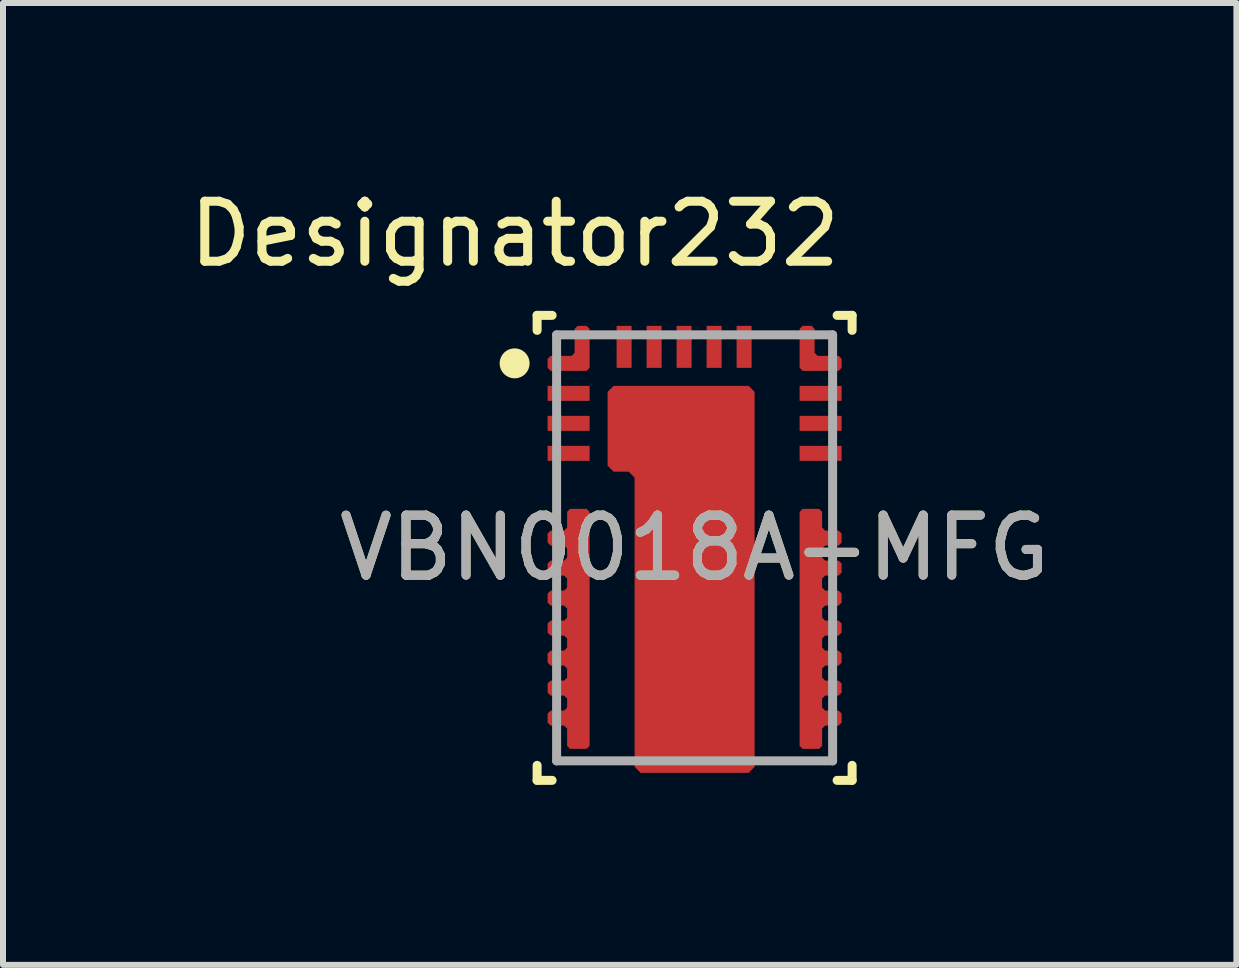
<source format=kicad_pcb>
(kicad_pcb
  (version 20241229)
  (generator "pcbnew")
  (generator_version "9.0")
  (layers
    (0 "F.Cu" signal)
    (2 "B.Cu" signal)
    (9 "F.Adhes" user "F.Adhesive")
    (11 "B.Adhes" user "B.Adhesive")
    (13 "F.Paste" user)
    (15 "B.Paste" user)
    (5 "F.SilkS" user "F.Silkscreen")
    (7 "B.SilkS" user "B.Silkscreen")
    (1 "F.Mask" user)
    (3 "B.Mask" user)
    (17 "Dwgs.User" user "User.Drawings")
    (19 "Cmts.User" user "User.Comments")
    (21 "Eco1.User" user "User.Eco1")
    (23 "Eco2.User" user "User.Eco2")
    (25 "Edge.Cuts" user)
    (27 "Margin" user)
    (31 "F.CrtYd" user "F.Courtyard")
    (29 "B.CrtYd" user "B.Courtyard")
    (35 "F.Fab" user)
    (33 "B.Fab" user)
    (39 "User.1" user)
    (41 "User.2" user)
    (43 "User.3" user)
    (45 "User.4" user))
  (footprint "VBN0018A-MFG"
    (layer "F.Cu")
    (at 8.527 6.081)
    (property "Reference" "VBN0018A-MFG" (at 0 0 0) (unlocked yes) (layer "F.SilkS") (effects (font (size 1 1) (thickness 0.15))))
    (attr smd)
    (fp_poly (pts (xy -2.4 -2.95) (xy -2.45 -3) (xy -2.45 -3.15) (xy -2.4 -3.2) (xy -2.05 -3.2) (xy -2 -3.25) (xy -2 -3.65) (xy -1.95 -3.7) (xy -1.8 -3.7) (xy -1.75 -3.65) (xy -1.75 -3) (xy -1.8 -2.95)) (stroke (width 0) (type solid)) (fill yes) (layer "F.Cu"))
    (fp_poly (pts (xy -1.45 -2.6) (xy -1.35 -2.7) (xy 0.9 -2.7) (xy 1 -2.6) (xy 1 3.65) (xy 0.9 3.75) (xy -0.9 3.75) (xy -1 3.65) (xy -1 -1.17) (xy -1.1 -1.27) (xy -1.35 -1.27) (xy -1.45 -1.37)) (stroke (width 0) (type solid)) (fill yes) (layer "F.Cu"))
    (fp_poly (pts (xy 2.4 -2.95) (xy 2.45 -3) (xy 2.45 -3.15) (xy 2.4 -3.2) (xy 2.05 -3.2) (xy 2 -3.25) (xy 2 -3.65) (xy 1.95 -3.7) (xy 1.8 -3.7) (xy 1.75 -3.65) (xy 1.75 -3) (xy 1.8 -2.95)) (stroke (width 0) (type solid)) (fill yes) (layer "F.Cu"))
    (fp_poly (pts (xy -0.55 3.65) (xy -0.6 3.7) (xy -0.75 3.7) (xy -0.8 3.65) (xy -0.8 3.425) (xy -0.85 3.375) (xy -0.9 3.375) (xy -0.95 3.325) (xy -0.95 1.406) (xy -0.9 1.356) (xy 0.9 1.356) (xy 0.95 1.406) (xy 0.95 3.325) (xy 0.9 3.375) (xy 0.5 3.375) (xy 0.45 3.425) (xy 0.45 3.65) (xy 0.4 3.7) (xy 0.25 3.7) (xy 0.2 3.65) (xy 0.2 3.425) (xy 0.15 3.375) (xy 0.000003 3.375) (xy -0.05 3.425) (xy -0.05 3.65) (xy -0.1 3.7) (xy -0.25 3.7) (xy -0.3 3.65) (xy -0.3 3.425) (xy -0.35 3.375) (xy -0.5 3.375) (xy -0.55 3.425)) (stroke (width 0) (type solid)) (fill yes) (layer "F.Cu"))
    (fp_poly (pts (xy -2.075 -0.65) (xy -2.125 -0.6) (xy -2.125 -0.338) (xy -2.175 -0.288) (xy -2.4 -0.288) (xy -2.45 -0.238) (xy -2.45 -0.088) (xy -2.4 -0.038) (xy -2.175 -0.038) (xy -2.125 0.012) (xy -2.125 0.162) (xy -2.175 0.212) (xy -2.4 0.212) (xy -2.45 0.262) (xy -2.45 0.412) (xy -2.4 0.462) (xy -2.175 0.462) (xy -2.125 0.512) (xy -2.125 0.662) (xy -2.175 0.712) (xy -2.4 0.712) (xy -2.45 0.762) (xy -2.45 0.912) (xy -2.4 0.962) (xy -2.175 0.962) (xy -2.125 1.012) (xy -2.125 1.162) (xy -2.175 1.212) (xy -2.4 1.212) (xy -2.45 1.262) (xy -2.45 1.412) (xy -2.4 1.462) (xy -2.175 1.462) (xy -2.125 1.512) (xy -2.125 1.662) (xy -2.175 1.712) (xy -2.4 1.712) (xy -2.45 1.762) (xy -2.45 1.912) (xy -2.4 1.962) (xy -2.175 1.962) (xy -2.125 2.012) (xy -2.125 2.162) (xy -2.175 2.212) (xy -2.4 2.212) (xy -2.45 2.262) (xy -2.45 2.412) (xy -2.4 2.462) (xy -2.175 2.462) (xy -2.125 2.512) (xy -2.125 2.662) (xy -2.175 2.712) (xy -2.4 2.712) (xy -2.45 2.762) (xy -2.45 2.912) (xy -2.4 2.962) (xy -2.175 2.962) (xy -2.125 3.012) (xy -2.125 3.3) (xy -2.075 3.35) (xy -1.8 3.35) (xy -1.75 3.3) (xy -1.75 -0.6) (xy -1.8 -0.65)) (stroke (width 0) (type solid)) (fill yes) (layer "F.Cu"))
    (fp_poly (pts (xy 2.075 -0.65) (xy 2.125 -0.6) (xy 2.125 -0.338) (xy 2.175 -0.288) (xy 2.4 -0.288) (xy 2.45 -0.238) (xy 2.45 -0.088) (xy 2.4 -0.038) (xy 2.175 -0.038) (xy 2.125 0.012) (xy 2.125 0.162) (xy 2.175 0.212) (xy 2.4 0.212) (xy 2.45 0.262) (xy 2.45 0.412) (xy 2.4 0.462) (xy 2.175 0.462) (xy 2.125 0.512) (xy 2.125 0.662) (xy 2.175 0.712) (xy 2.4 0.712) (xy 2.45 0.762) (xy 2.45 0.912) (xy 2.4 0.962) (xy 2.175 0.962) (xy 2.125 1.012) (xy 2.125 1.162) (xy 2.175 1.212) (xy 2.4 1.212) (xy 2.45 1.262) (xy 2.45 1.412) (xy 2.4 1.462) (xy 2.175 1.462) (xy 2.125 1.512) (xy 2.125 1.662) (xy 2.175 1.712) (xy 2.4 1.712) (xy 2.45 1.762) (xy 2.45 1.912) (xy 2.4 1.962) (xy 2.175 1.962) (xy 2.125 2.012) (xy 2.125 2.162) (xy 2.175 2.212) (xy 2.4 2.212) (xy 2.45 2.262) (xy 2.45 2.412) (xy 2.4 2.462) (xy 2.175 2.462) (xy 2.125 2.512) (xy 2.125 2.662) (xy 2.175 2.712) (xy 2.4 2.712) (xy 2.45 2.762) (xy 2.45 2.912) (xy 2.4 2.962) (xy 2.175 2.962) (xy 2.125 3.012) (xy 2.125 3.3) (xy 2.075 3.35) (xy 1.8 3.35) (xy 1.75 3.3) (xy 1.75 -0.6) (xy 1.8 -0.65)) (stroke (width 0) (type solid)) (fill yes) (layer "F.Cu"))
    (fp_poly (pts (xy -2.4 -2.95) (xy -2.45 -3) (xy -2.45 -3.15) (xy -2.4 -3.2) (xy -2.05 -3.2) (xy -2 -3.25) (xy -2 -3.65) (xy -1.95 -3.7) (xy -1.8 -3.7) (xy -1.75 -3.65) (xy -1.75 -3) (xy -1.8 -2.95)) (stroke (width 0) (type solid)) (fill yes) (layer "F.Mask"))
    (fp_poly (pts (xy 2.4 -2.95) (xy 1.8 -2.95) (xy 1.75 -3) (xy 1.75 -3.65) (xy 1.8 -3.7) (xy 1.95 -3.7) (xy 2 -3.65) (xy 2 -3.25) (xy 2.05 -3.2) (xy 2.4 -3.2) (xy 2.45 -3.15) (xy 2.45 -3)) (stroke (width 0) (type solid)) (fill yes) (layer "F.Mask"))
    (fp_poly (pts (xy -0.55 3.65) (xy -0.6 3.7) (xy -0.75 3.7) (xy -0.8 3.65) (xy -0.8 3.425) (xy -0.85 3.375) (xy -0.9 3.375) (xy -0.95 3.325) (xy -0.95 1.406) (xy -0.9 1.356) (xy 0.9 1.356) (xy 0.95 1.406) (xy 0.95 3.325) (xy 0.9 3.375) (xy 0.5 3.375) (xy 0.45 3.425) (xy 0.45 3.65) (xy 0.4 3.7) (xy 0.25 3.7) (xy 0.2 3.65) (xy 0.2 3.425) (xy 0.15 3.375) (xy 0.000003 3.375) (xy -0.05 3.425) (xy -0.05 3.65) (xy -0.1 3.7) (xy -0.25 3.7) (xy -0.3 3.65) (xy -0.3 3.425) (xy -0.35 3.375) (xy -0.5 3.375) (xy -0.55 3.425)) (stroke (width 0) (type solid)) (fill yes) (layer "F.Mask"))
    (fp_poly (pts (xy -2.075 -0.65) (xy -1.8 -0.65) (xy -1.75 -0.6) (xy -1.75 3.3) (xy -1.8 3.35) (xy -2.075 3.35) (xy -2.125 3.3) (xy -2.125 3.012) (xy -2.175 2.962) (xy -2.4 2.962) (xy -2.45 2.912) (xy -2.45 2.762) (xy -2.4 2.712) (xy -2.175 2.712) (xy -2.125 2.662) (xy -2.125 2.512) (xy -2.175 2.462) (xy -2.4 2.462) (xy -2.45 2.412) (xy -2.45 2.262) (xy -2.4 2.212) (xy -2.175 2.212) (xy -2.125 2.162) (xy -2.125 2.012) (xy -2.175 1.962) (xy -2.4 1.962) (xy -2.45 1.912) (xy -2.45 1.762) (xy -2.4 1.712) (xy -2.175 1.712) (xy -2.125 1.662) (xy -2.125 1.512) (xy -2.175 1.462) (xy -2.4 1.462) (xy -2.45 1.412) (xy -2.45 1.262) (xy -2.4 1.212) (xy -2.175 1.212) (xy -2.125 1.162) (xy -2.125 1.012) (xy -2.175 0.962) (xy -2.4 0.962) (xy -2.45 0.912) (xy -2.45 0.762) (xy -2.4 0.712) (xy -2.175 0.712) (xy -2.125 0.662) (xy -2.125 0.512) (xy -2.175 0.462) (xy -2.4 0.462) (xy -2.45 0.412) (xy -2.45 0.262) (xy -2.4 0.212) (xy -2.175 0.212) (xy -2.125 0.162) (xy -2.125 0.012) (xy -2.175 -0.038) (xy -2.4 -0.038) (xy -2.45 -0.088) (xy -2.45 -0.238) (xy -2.4 -0.288) (xy -2.175 -0.288) (xy -2.125 -0.338) (xy -2.125 -0.6)) (stroke (width 0) (type solid)) (fill yes) (layer "F.Mask"))
    (fp_poly (pts (xy 2.075 -0.65) (xy 2.125 -0.6) (xy 2.125 -0.338) (xy 2.175 -0.288) (xy 2.4 -0.288) (xy 2.45 -0.238) (xy 2.45 -0.088) (xy 2.4 -0.038) (xy 2.175 -0.038) (xy 2.125 0.012) (xy 2.125 0.162) (xy 2.175 0.212) (xy 2.4 0.212) (xy 2.45 0.262) (xy 2.45 0.412) (xy 2.4 0.462) (xy 2.175 0.462) (xy 2.125 0.512) (xy 2.125 0.662) (xy 2.175 0.712) (xy 2.4 0.712) (xy 2.45 0.762) (xy 2.45 0.912) (xy 2.4 0.962) (xy 2.175 0.962) (xy 2.125 1.012) (xy 2.125 1.162) (xy 2.175 1.212) (xy 2.4 1.212) (xy 2.45 1.262) (xy 2.45 1.412) (xy 2.4 1.462) (xy 2.175 1.462) (xy 2.125 1.512) (xy 2.125 1.662) (xy 2.175 1.712) (xy 2.4 1.712) (xy 2.45 1.762) (xy 2.45 1.912) (xy 2.4 1.962) (xy 2.175 1.962) (xy 2.125 2.012) (xy 2.125 2.162) (xy 2.175 2.212) (xy 2.4 2.212) (xy 2.45 2.262) (xy 2.45 2.412) (xy 2.4 2.462) (xy 2.175 2.462) (xy 2.125 2.512) (xy 2.125 2.662) (xy 2.175 2.712) (xy 2.4 2.712) (xy 2.45 2.762) (xy 2.45 2.912) (xy 2.4 2.962) (xy 2.175 2.962) (xy 2.125 3.012) (xy 2.125 3.3) (xy 2.075 3.35) (xy 1.8 3.35) (xy 1.75 3.3) (xy 1.75 -0.6) (xy 1.8 -0.65)) (stroke (width 0) (type solid)) (fill yes) (layer "F.Mask"))
    (fp_line (start -2.625 -3.875) (end -2.375 -3.875) (stroke (width 0.15) (type solid)) (layer "F.SilkS"))
    (fp_line (start -2.625 -3.625) (end -2.625 -3.875) (stroke (width 0.15) (type solid)) (layer "F.SilkS"))
    (fp_line (start -2.625 3.875) (end -2.625 3.625) (stroke (width 0.15) (type solid)) (layer "F.SilkS"))
    (fp_line (start -2.625 3.875) (end -2.375 3.875) (stroke (width 0.15) (type solid)) (layer "F.SilkS"))
    (fp_line (start 2.375 -3.875) (end 2.625 -3.875) (stroke (width 0.15) (type solid)) (layer "F.SilkS"))
    (fp_line (start 2.375 3.875) (end 2.625 3.875) (stroke (width 0.15) (type solid)) (layer "F.SilkS"))
    (fp_line (start 2.625 -3.625) (end 2.625 -3.875) (stroke (width 0.15) (type solid)) (layer "F.SilkS"))
    (fp_line (start 2.625 3.875) (end 2.625 3.625) (stroke (width 0.15) (type solid)) (layer "F.SilkS"))
    (fp_circle (center -3 -3.075) (end -2.875 -3.075) (stroke (width 0.25) (type solid)) (fill no) (layer "F.SilkS"))
    (fp_poly (pts (xy -0.855 3.125) (xy -0.855 1.515) (xy -0.805 1.465) (xy 0.805 1.465) (xy 0.855 1.515) (xy 0.855 3.125) (xy 0.805 3.175) (xy -0.805 3.175)) (stroke (width 0) (type solid)) (fill yes) (layer "F.Paste"))
    (fp_poly (pts (xy -0.8 3.651) (xy -0.8 3.425) (xy -0.75 3.376) (xy -0.6 3.376) (xy -0.55 3.425) (xy -0.55 3.651) (xy -0.6 3.701) (xy -0.75 3.701)) (stroke (width 0) (type solid)) (fill yes) (layer "F.Paste"))
    (fp_poly (pts (xy -0.325 -2.54) (xy -0.325 -1.43) (xy -0.375 -1.38) (xy -1.315 -1.38) (xy -1.365 -1.43) (xy -1.365 -2.54) (xy -1.315 -2.59) (xy -0.375 -2.59)) (stroke (width 0) (type solid)) (fill yes) (layer "F.Paste"))
    (fp_poly (pts (xy -0.3 3.651) (xy -0.3 3.425) (xy -0.25 3.376) (xy -0.1 3.376) (xy -0.05 3.425) (xy -0.05 3.651) (xy -0.1 3.701) (xy -0.25 3.701)) (stroke (width 0) (type solid)) (fill yes) (layer "F.Paste"))
    (fp_poly (pts (xy 0.2 3.651) (xy 0.2 3.425) (xy 0.25 3.376) (xy 0.4 3.376) (xy 0.45 3.425) (xy 0.45 3.651) (xy 0.4 3.701) (xy 0.25 3.701)) (stroke (width 0) (type solid)) (fill yes) (layer "F.Paste"))
    (fp_poly (pts (xy 0.805 0.893) (xy -0.805 0.893) (xy -0.855 0.843) (xy -0.855 -0.807) (xy -0.805 -0.857) (xy 0.805 -0.857) (xy 0.855 -0.807) (xy 0.855 0.843)) (stroke (width 0) (type solid)) (fill yes) (layer "F.Paste"))
    (fp_poly (pts (xy 0.915 -1.43) (xy 0.865 -1.38) (xy -0.075 -1.38) (xy -0.125 -1.43) (xy -0.125 -2.54) (xy -0.075 -2.59) (xy 0.865 -2.59) (xy 0.915 -2.54)) (stroke (width 0) (type solid)) (fill yes) (layer "F.Paste"))
    (fp_poly (pts (xy -2.4 -2.95) (xy -2.45 -3) (xy -2.45 -3.15) (xy -2.4 -3.2) (xy -2.05 -3.2) (xy -2 -3.25) (xy -2 -3.65) (xy -1.95 -3.7) (xy -1.8 -3.7) (xy -1.75 -3.65) (xy -1.75 -3) (xy -1.8 -2.95)) (stroke (width 0) (type solid)) (fill yes) (layer "F.Paste"))
    (fp_poly (pts (xy 2.4 -2.95) (xy 1.8 -2.95) (xy 1.75 -3) (xy 1.75 -3.65) (xy 1.8 -3.7) (xy 1.95 -3.7) (xy 2 -3.65) (xy 2 -3.25) (xy 2.05 -3.2) (xy 2.4 -3.2) (xy 2.45 -3.15) (xy 2.45 -3)) (stroke (width 0) (type solid)) (fill yes) (layer "F.Paste"))
    (fp_poly (pts (xy -2.075 -0.65) (xy -1.8 -0.65) (xy -1.75 -0.6) (xy -1.75 3.3) (xy -1.8 3.35) (xy -2.075 3.35) (xy -2.125 3.3) (xy -2.125 3.012) (xy -2.175 2.962) (xy -2.4 2.962) (xy -2.45 2.912) (xy -2.45 2.762) (xy -2.4 2.712) (xy -2.175 2.712) (xy -2.125 2.662) (xy -2.125 2.512) (xy -2.175 2.462) (xy -2.4 2.462) (xy -2.45 2.412) (xy -2.45 2.262) (xy -2.4 2.212) (xy -2.175 2.212) (xy -2.125 2.162) (xy -2.125 2.012) (xy -2.175 1.962) (xy -2.4 1.962) (xy -2.45 1.912) (xy -2.45 1.762) (xy -2.4 1.712) (xy -2.175 1.712) (xy -2.125 1.662) (xy -2.125 1.512) (xy -2.175 1.462) (xy -2.4 1.462) (xy -2.45 1.412) (xy -2.45 1.262) (xy -2.4 1.212) (xy -2.175 1.212) (xy -2.125 1.162) (xy -2.125 1.012) (xy -2.175 0.962) (xy -2.4 0.962) (xy -2.45 0.912) (xy -2.45 0.762) (xy -2.4 0.712) (xy -2.175 0.712) (xy -2.125 0.662) (xy -2.125 0.512) (xy -2.175 0.462) (xy -2.4 0.462) (xy -2.45 0.412) (xy -2.45 0.262) (xy -2.4 0.212) (xy -2.175 0.212) (xy -2.125 0.162) (xy -2.125 0.012) (xy -2.175 -0.038) (xy -2.4 -0.038) (xy -2.45 -0.088) (xy -2.45 -0.238) (xy -2.4 -0.288) (xy -2.175 -0.288) (xy -2.125 -0.338) (xy -2.125 -0.6)) (stroke (width 0) (type solid)) (fill yes) (layer "F.Paste"))
    (fp_poly (pts (xy 2.075 -0.65) (xy 2.125 -0.6) (xy 2.125 -0.338) (xy 2.175 -0.288) (xy 2.4 -0.288) (xy 2.45 -0.238) (xy 2.45 -0.088) (xy 2.4 -0.038) (xy 2.175 -0.038) (xy 2.125 0.012) (xy 2.125 0.162) (xy 2.175 0.212) (xy 2.4 0.212) (xy 2.45 0.262) (xy 2.45 0.412) (xy 2.4 0.462) (xy 2.175 0.462) (xy 2.125 0.512) (xy 2.125 0.662) (xy 2.175 0.712) (xy 2.4 0.712) (xy 2.45 0.762) (xy 2.45 0.912) (xy 2.4 0.962) (xy 2.175 0.962) (xy 2.125 1.012) (xy 2.125 1.162) (xy 2.175 1.212) (xy 2.4 1.212) (xy 2.45 1.262) (xy 2.45 1.412) (xy 2.4 1.462) (xy 2.175 1.462) (xy 2.125 1.512) (xy 2.125 1.662) (xy 2.175 1.712) (xy 2.4 1.712) (xy 2.45 1.762) (xy 2.45 1.912) (xy 2.4 1.962) (xy 2.175 1.962) (xy 2.125 2.012) (xy 2.125 2.162) (xy 2.175 2.212) (xy 2.4 2.212) (xy 2.45 2.262) (xy 2.45 2.412) (xy 2.4 2.462) (xy 2.175 2.462) (xy 2.125 2.512) (xy 2.125 2.662) (xy 2.175 2.712) (xy 2.4 2.712) (xy 2.45 2.762) (xy 2.45 2.912) (xy 2.4 2.962) (xy 2.175 2.962) (xy 2.125 3.012) (xy 2.125 3.3) (xy 2.075 3.35) (xy 1.8 3.35) (xy 1.75 3.3) (xy 1.75 -0.6) (xy 1.8 -0.65)) (stroke (width 0) (type solid)) (fill yes) (layer "F.Paste"))
    (fp_line (start -2.3 -3.55) (end 2.3 -3.55) (stroke (width 0.15) (type solid)) (layer "F.Fab"))
    (fp_line (start -2.3 3.55) (end -2.3 -3.55) (stroke (width 0.15) (type solid)) (layer "F.Fab"))
    (fp_line (start -2.3 3.55) (end 2.3 3.55) (stroke (width 0.15) (type solid)) (layer "F.Fab"))
    (fp_line (start 2.3 3.55) (end 2.3 -3.55) (stroke (width 0.15) (type solid)) (layer "F.Fab"))
    (fp_text user "Designator232" (at -2.997 -5.232 0) (unlocked yes) (layer "F.SilkS") (effects (font (size 1 1) (thickness 0.15))))
    (fp_text user "${REFERENCE}" (at 0 0 0) (unlocked yes) (layer "F.Fab") (effects (font (size 1 1) (thickness 0.15))))
    (pad "1" smd circle (at -1.925 -3.125) (size 0.228 0.228) (layers "F.Cu" "F.Mask" "F.Paste"))
    (pad "2" smd rect (at -2.1 -2.575 90) (size 0.25 0.7) (layers "F.Cu" "F.Mask" "F.Paste"))
    (pad "3" smd rect (at -2.1 -2.075 90) (size 0.25 0.7) (layers "F.Cu" "F.Mask" "F.Paste"))
    (pad "4" smd rect (at -2.1 -1.575 90) (size 0.25 0.7) (layers "F.Cu" "F.Mask" "F.Paste"))
    (pad "5" smd circle (at -1.969 1.819) (size 0.376 0.376) (layers "F.Cu" "F.Mask" "F.Paste"))
    (pad "6" smd circle (at -0.01 2.435) (size 1.691 1.691) (layers "F.Cu" "F.Mask"))
    (pad "7" smd circle (at 1.969 1.819) (size 0.376 0.376) (layers "F.Cu" "F.Mask" "F.Paste"))
    (pad "8" smd rect (at 2.1 -1.575 90) (size 0.25 0.7) (layers "F.Cu" "F.Mask" "F.Paste"))
    (pad "9" smd rect (at 2.1 -2.075 90) (size 0.25 0.7) (layers "F.Cu" "F.Mask" "F.Paste"))
    (pad "10" smd rect (at 2.1 -2.575 90) (size 0.25 0.7) (layers "F.Cu" "F.Mask" "F.Paste"))
    (pad "11" smd circle (at 1.925 -3.125) (size 0.228 0.228) (layers "F.Cu" "F.Mask" "F.Paste"))
    (pad "12" smd rect (at 0.825 -3.35) (size 0.25 0.7) (layers "F.Cu" "F.Mask" "F.Paste"))
    (pad "13" smd rect (at 0.325 -3.35) (size 0.25 0.7) (layers "F.Cu" "F.Mask" "F.Paste"))
    (pad "14" smd rect (at -0.175 -3.35) (size 0.25 0.7) (layers "F.Cu" "F.Mask" "F.Paste"))
    (pad "15" smd rect (at -0.675 -3.35) (size 0.25 0.7) (layers "F.Cu" "F.Mask" "F.Paste"))
    (pad "16" smd rect (at -1.175 -3.35) (size 0.25 0.7) (layers "F.Cu" "F.Mask" "F.Paste"))
    (pad "17" smd rect (at -0.225 -1.985) (size 2.35 1.33) (layers "F.Cu" "F.Mask"))
    (pad "18" smd rect (at 0 0.018) (size 1.9 2.076) (layers "F.Cu" "F.Mask")))
  (gr_rect
    (start -3 -3)
    (end 17.557 13.031)
    (stroke (width 0.1) (type default))
    (fill no)
    (layer "Edge.Cuts")))
</source>
